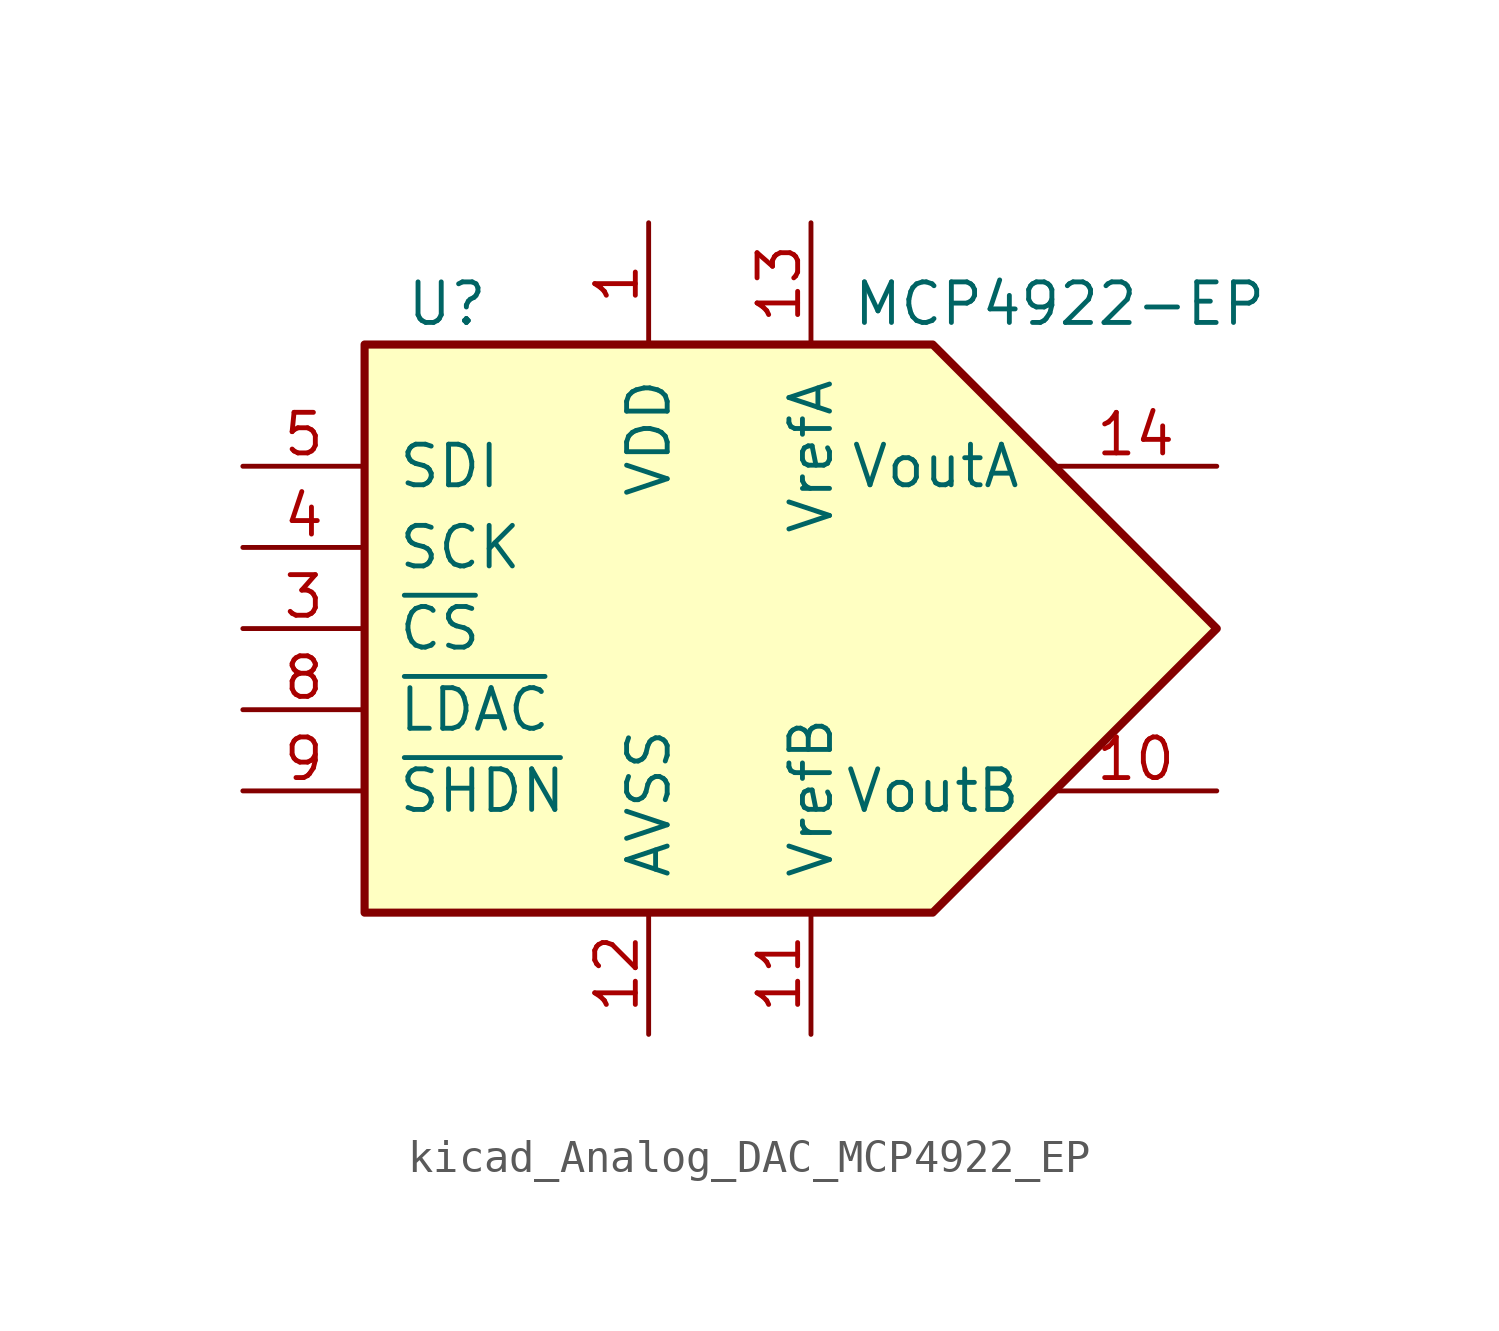
<source format=kicad_sym>
(kicad_symbol_lib
  (version 20220914)
  (generator kicad_symbol_editor)
  (symbol "kicad_Analog_DAC_MCP4922_EP"
    (pin_names
      (offset 1.016))
    (property "Reference" "U"
      (at -10.16 10.16 0)
      (effects (font (size 1.27 1.27)) (justify left)))
    (property "Value" "MCP4922-EP"
      (at 3.81 10.16 0)
      (effects (font (size 1.27 1.27)) (justify left)))
    (symbol "kicad_Analog_DAC_MCP4922_EP_0_1"
      (polyline (pts (xy -11.43 8.89) (xy 6.35 8.89) (xy 15.24 0) (xy 6.35 -8.89) (xy -11.43 -8.89) (xy -11.43 8.89)) (stroke (width 0.254) (type default)) (fill (type background))))
    (symbol "kicad_Analog_DAC_MCP4922_EP_1_1"
      (pin power_in line (at -2.54 12.7 270) (length 3.81) (name "VDD" (effects (font (size 1.27 1.27)))) (number "1" (effects (font (size 1.27 1.27)))))
      (pin passive line (at 15.24 -5.08 180) (length 5.08) (name "VoutB" (effects (font (size 1.27 1.27)))) (number "10" (effects (font (size 1.27 1.27)))))
      (pin passive line (at 2.54 -12.7 90) (length 3.81) (name "VrefB" (effects (font (size 1.27 1.27)))) (number "11" (effects (font (size 1.27 1.27)))))
      (pin power_in line (at -2.54 -12.7 90) (length 3.81) (name "AVSS" (effects (font (size 1.27 1.27)))) (number "12" (effects (font (size 1.27 1.27)))))
      (pin passive line (at 2.54 12.7 270) (length 3.81) (name "VrefA" (effects (font (size 1.27 1.27)))) (number "13" (effects (font (size 1.27 1.27)))))
      (pin passive line (at 15.24 5.08 180) (length 5.08) (name "VoutA" (effects (font (size 1.27 1.27)))) (number "14" (effects (font (size 1.27 1.27)))))
      (pin no_connect line (at -5.08 -8.89 90) (length 2.54) hide (name "NC" (effects (font (size 1.27 1.27)))) (number "2" (effects (font (size 1.27 1.27)))))
      (pin input line (at -15.24 0 0) (length 3.81) (name "~{CS}" (effects (font (size 1.27 1.27)))) (number "3" (effects (font (size 1.27 1.27)))))
      (pin input line (at -15.24 2.54 0) (length 3.81) (name "SCK" (effects (font (size 1.27 1.27)))) (number "4" (effects (font (size 1.27 1.27)))))
      (pin input line (at -15.24 5.08 0) (length 3.81) (name "SDI" (effects (font (size 1.27 1.27)))) (number "5" (effects (font (size 1.27 1.27)))))
      (pin no_connect line (at -7.62 -8.89 90) (length 2.54) hide (name "NC" (effects (font (size 1.27 1.27)))) (number "6" (effects (font (size 1.27 1.27)))))
      (pin no_connect line (at -10.16 -8.89 90) (length 2.54) hide (name "NC" (effects (font (size 1.27 1.27)))) (number "7" (effects (font (size 1.27 1.27)))))
      (pin input line (at -15.24 -2.54 0) (length 3.81) (name "~{LDAC}" (effects (font (size 1.27 1.27)))) (number "8" (effects (font (size 1.27 1.27)))))
      (pin input line (at -15.24 -5.08 0) (length 3.81) (name "~{SHDN}" (effects (font (size 1.27 1.27)))) (number "9" (effects (font (size 1.27 1.27))))))))
</source>
